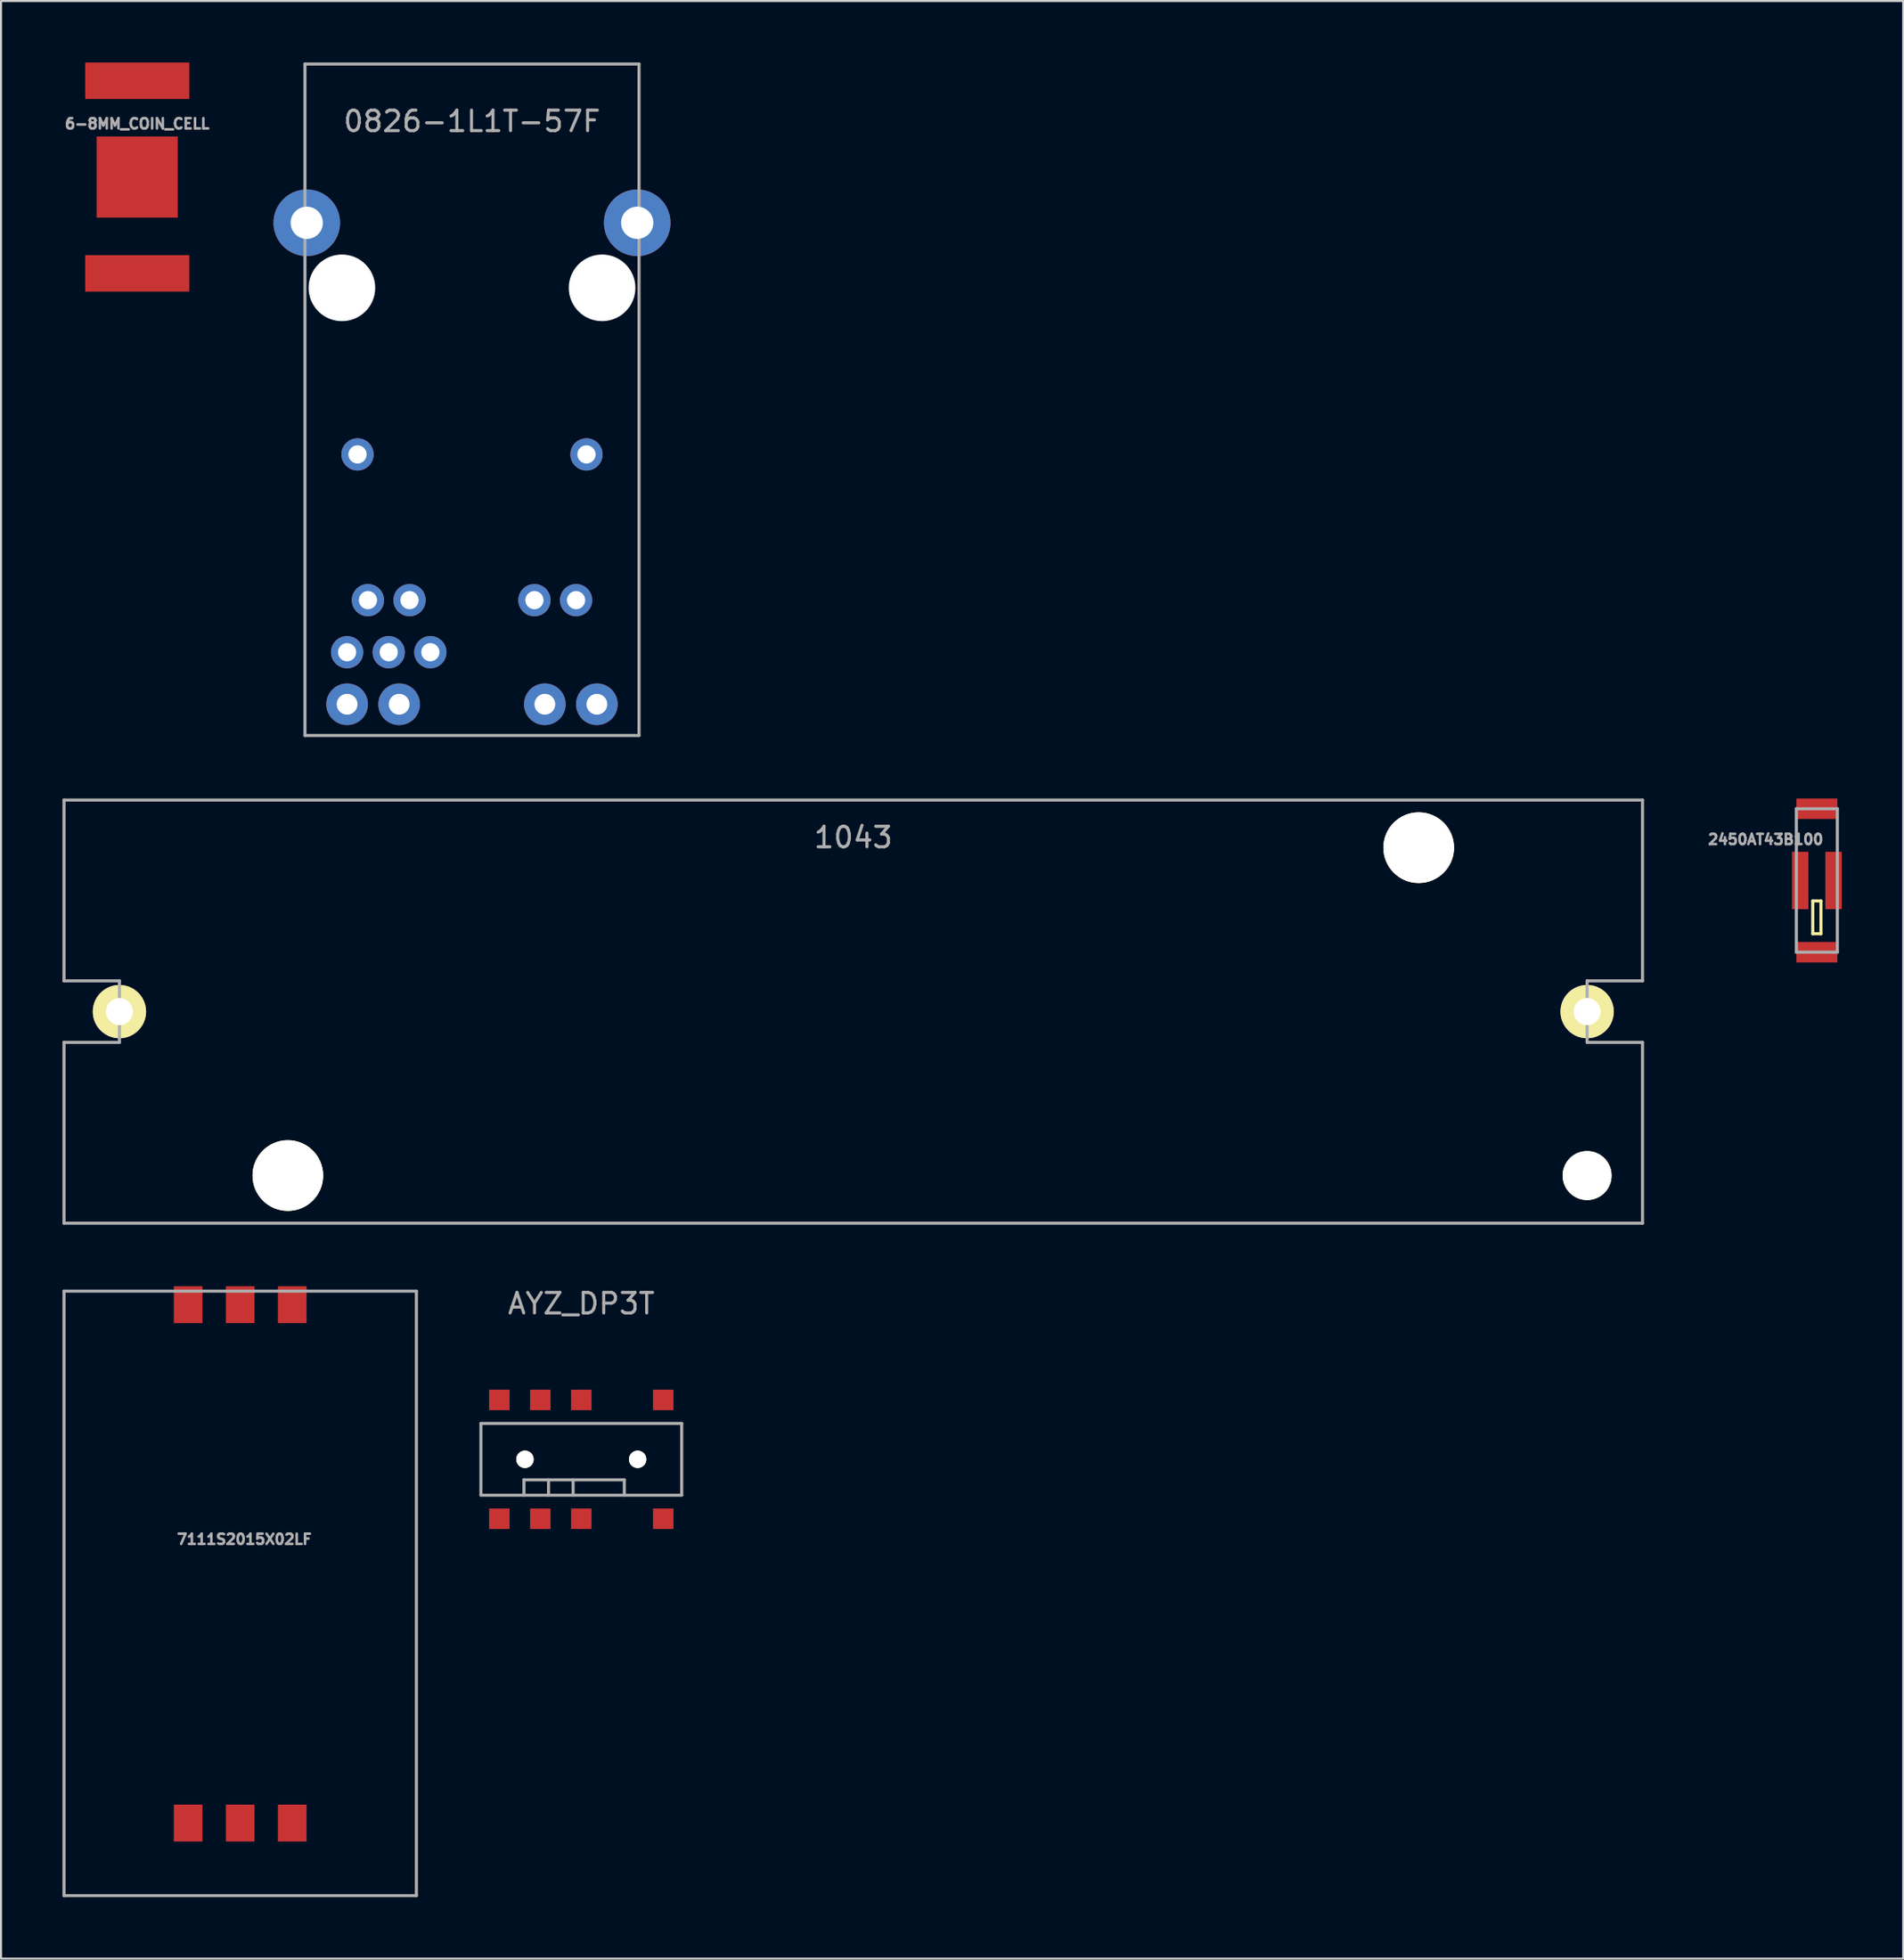
<source format=kicad_pcb>
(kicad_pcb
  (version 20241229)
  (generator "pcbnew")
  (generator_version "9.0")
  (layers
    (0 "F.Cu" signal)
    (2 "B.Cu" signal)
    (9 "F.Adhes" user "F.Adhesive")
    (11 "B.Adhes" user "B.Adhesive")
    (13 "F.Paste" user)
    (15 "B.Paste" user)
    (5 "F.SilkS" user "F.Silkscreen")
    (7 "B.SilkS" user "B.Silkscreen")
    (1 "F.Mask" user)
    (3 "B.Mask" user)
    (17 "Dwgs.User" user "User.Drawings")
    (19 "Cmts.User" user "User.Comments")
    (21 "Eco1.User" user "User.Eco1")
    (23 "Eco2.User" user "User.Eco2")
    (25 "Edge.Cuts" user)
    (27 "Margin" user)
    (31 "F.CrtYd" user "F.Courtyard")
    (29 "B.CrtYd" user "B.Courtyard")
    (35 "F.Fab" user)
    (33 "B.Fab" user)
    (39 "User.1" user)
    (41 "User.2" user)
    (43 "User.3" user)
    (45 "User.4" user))
  (footprint "6-8MM_COIN_CELL"
    (layer "F.Cu")
    (at 3.649 5.59)
    (property "Reference" "6-8MM_COIN_CELL" (at 0 -2.6 0) (layer "F.Fab") (effects (font (size 0.5 0.5) (thickness 0.125))))
    (attr through_hole)
    (pad "1" smd rect (at 0 -4.7) (size 5.08 1.78) (layers "F.Cu" "F.Mask"))
    (pad "1" smd rect (at 0 4.7) (size 5.08 1.78) (layers "F.Cu" "F.Mask"))
    (pad "2" smd rect (at 0 0) (size 3.96 3.96) (layers "F.Cu" "F.Mask")))
  (footprint "2450AT43B100"
    (layer "F.Cu")
    (at 85.635 39.916)
    (property "Reference" "2450AT43B100" (at -2.5 -2 0) (layer "F.Fab") (effects (font (size 0.5 0.5) (thickness 0.125))))
    (attr through_hole)
    (fp_line (start -0.2 1) (end -0.2 2.6) (stroke (width 0.15) (type solid)) (layer "F.SilkS"))
    (fp_line (start -0.2 2.6) (end 0.2 2.6) (stroke (width 0.15) (type solid)) (layer "F.SilkS"))
    (fp_line (start 0.2 1) (end -0.2 1) (stroke (width 0.15) (type solid)) (layer "F.SilkS"))
    (fp_line (start 0.2 2.6) (end 0.2 1) (stroke (width 0.15) (type solid)) (layer "F.SilkS"))
    (fp_line (start -1 -3.5) (end 1 -3.5) (stroke (width 0.15) (type solid)) (layer "F.Fab"))
    (fp_line (start -1 3.5) (end -1 -3.5) (stroke (width 0.15) (type solid)) (layer "F.Fab"))
    (fp_line (start -1 3.5) (end 1 3.5) (stroke (width 0.15) (type solid)) (layer "F.Fab"))
    (fp_line (start 1 -3.5) (end 1 3.5) (stroke (width 0.15) (type solid)) (layer "F.Fab"))
    (pad "1" smd rect (at 0 3.5) (size 2 1) (layers "F.Cu" "F.Mask" "F.Paste"))
    (pad "2" smd rect (at -0.815 0) (size 0.8 2.8) (layers "F.Cu" "F.Mask" "F.Paste"))
    (pad "3" smd rect (at 0.815 0) (size 0.8 2.8) (layers "F.Cu" "F.Mask" "F.Paste"))
    (pad "4" smd rect (at 0 -3.5) (size 2 1) (layers "F.Cu" "F.Mask" "F.Paste")))
  (footprint "7111S2015X02LF"
    (layer "F.Cu")
    (at 8.675 73.266)
    (property "Reference" "7111S2015X02LF" (at 0.2 -1.2 0) (layer "F.Fab") (effects (font (size 0.5 0.5) (thickness 0.125))))
    (attr through_hole)
    (fp_line (start -8.6 -13.31) (end 8.6 -13.31) (stroke (width 0.15) (type solid)) (layer "F.Fab"))
    (fp_line (start -8.6 16.19) (end -8.6 -13.31) (stroke (width 0.15) (type solid)) (layer "F.Fab"))
    (fp_line (start -8.6 16.19) (end 8.6 16.19) (stroke (width 0.15) (type solid)) (layer "F.Fab"))
    (fp_line (start 8.6 16.19) (end 8.6 -13.31) (stroke (width 0.15) (type solid)) (layer "F.Fab"))
    (pad "1" smd rect (at -2.54 -12.65) (size 1.4 1.8) (layers "F.Cu" "F.Mask" "F.Paste"))
    (pad "2" smd rect (at 0 -12.65) (size 1.4 1.8) (layers "F.Cu" "F.Mask" "F.Paste"))
    (pad "3" smd rect (at 2.54 -12.65) (size 1.4 1.8) (layers "F.Cu" "F.Mask" "F.Paste"))
    (pad "5" smd rect (at -2.54 12.65) (size 1.4 1.8) (layers "F.Cu" "F.Mask" "F.Paste"))
    (pad "6" smd rect (at 0 12.65) (size 1.4 1.8) (layers "F.Cu" "F.Mask" "F.Paste"))
    (pad "7" smd rect (at 2.54 12.65) (size 1.4 1.8) (layers "F.Cu" "F.Mask" "F.Paste")))
  (footprint "1043"
    (layer "F.Cu")
    (at 38.6 46.316)
    (property "Reference" "1043" (at 0 -8.5 0) (layer "F.Fab") (effects (font (size 1 1) (thickness 0.15))))
    (attr through_hole)
    (fp_line (start -38.525 -10.325) (end -38.525 -1.5) (stroke (width 0.15) (type solid)) (layer "F.Fab"))
    (fp_line (start -38.525 -1.5) (end -35.82 -1.5) (stroke (width 0.15) (type solid)) (layer "F.Fab"))
    (fp_line (start -38.525 1.5) (end -38.525 10.325) (stroke (width 0.15) (type solid)) (layer "F.Fab"))
    (fp_line (start -35.82 -1.5) (end -35.82 1.5) (stroke (width 0.15) (type solid)) (layer "F.Fab"))
    (fp_line (start -35.82 1.5) (end -38.525 1.5) (stroke (width 0.15) (type solid)) (layer "F.Fab"))
    (fp_line (start 35.82 -1.5) (end 35.82 1.5) (stroke (width 0.15) (type solid)) (layer "F.Fab"))
    (fp_line (start 35.82 1.5) (end 38.525 1.5) (stroke (width 0.15) (type solid)) (layer "F.Fab"))
    (fp_line (start 38.525 -10.325) (end -38.525 -10.325) (stroke (width 0.15) (type solid)) (layer "F.Fab"))
    (fp_line (start 38.525 -10.325) (end 38.525 -1.5) (stroke (width 0.15) (type solid)) (layer "F.Fab"))
    (fp_line (start 38.525 -1.5) (end 35.82 -1.5) (stroke (width 0.15) (type solid)) (layer "F.Fab"))
    (fp_line (start 38.525 1.5) (end 38.525 10.325) (stroke (width 0.15) (type solid)) (layer "F.Fab"))
    (fp_line (start 38.525 10.325) (end -38.525 10.325) (stroke (width 0.15) (type solid)) (layer "F.Fab"))
    (pad "" np_thru_hole circle (at -27.6 8) (size 3.45 3.45) (drill 3.45) (layers "*.Cu" "*.Mask" "F.SilkS"))
    (pad "" np_thru_hole circle (at 27.6 -8) (size 3.45 3.45) (drill 3.45) (layers "*.Cu" "*.Mask" "F.SilkS"))
    (pad "" np_thru_hole circle (at 35.82 8) (size 2.39 2.39) (drill 2.39) (layers "*.Cu" "*.Mask" "F.SilkS"))
    (pad "+" thru_hole circle (at 35.82 0) (size 2.6 2.6) (drill 1.32) (layers "*.Cu" "*.Mask" "F.SilkS"))
    (pad "-" thru_hole circle (at -35.82 0) (size 2.6 2.6) (drill 1.32) (layers "*.Cu" "*.Mask" "F.SilkS")))
  (footprint "0826-1L1T-57F"
    (layer "F.Cu")
    (at 19.989 10.997)
    (property "Reference" "0826-1L1T-57F" (at 0 -8.128 0) (layer "F.Fab") (effects (font (size 1 1) (thickness 0.15))))
    (attr through_hole)
    (fp_line (start -8.153 -10.922) (end -8.153 21.844) (stroke (width 0.15) (type solid)) (layer "F.Fab"))
    (fp_line (start -8.153 -10.922) (end 8.153 -10.922) (stroke (width 0.15) (type solid)) (layer "F.Fab"))
    (fp_line (start -8.153 21.844) (end 8.153 21.844) (stroke (width 0.15) (type solid)) (layer "F.Fab"))
    (fp_line (start 8.153 -10.922) (end 8.153 21.844) (stroke (width 0.15) (type solid)) (layer "F.Fab"))
    (pad "" np_thru_hole circle (at -6.35 0) (size 3.251 3.251) (drill 3.251) (layers "*.Cu" "*.Mask"))
    (pad "" np_thru_hole circle (at 6.35 0) (size 3.251 3.251) (drill 3.251) (layers "*.Cu" "*.Mask"))
    (pad "1" thru_hole circle (at -5.08 15.24) (size 1.575 1.575) (drill 0.889) (layers "*.Cu" "*.Mask"))
    (pad "2" thru_hole circle (at -3.048 15.24) (size 1.575 1.575) (drill 0.889) (layers "*.Cu" "*.Mask"))
    (pad "5" thru_hole circle (at 3.048 15.24) (size 1.575 1.575) (drill 0.889) (layers "*.Cu" "*.Mask"))
    (pad "6" thru_hole circle (at 5.08 15.24) (size 1.575 1.575) (drill 0.889) (layers "*.Cu" "*.Mask"))
    (pad "7" thru_hole circle (at -6.096 17.78) (size 1.575 1.575) (drill 0.889) (layers "*.Cu" "*.Mask"))
    (pad "8" thru_hole circle (at -4.064 17.78) (size 1.575 1.575) (drill 0.889) (layers "*.Cu" "*.Mask"))
    (pad "9" thru_hole circle (at -2.032 17.78) (size 1.575 1.575) (drill 0.889) (layers "*.Cu" "*.Mask"))
    (pad "10" thru_hole circle (at -5.588 8.128) (size 1.575 1.575) (drill 0.889) (layers "*.Cu" "*.Mask"))
    (pad "11" thru_hole circle (at 5.588 8.128) (size 1.575 1.575) (drill 0.889) (layers "*.Cu" "*.Mask"))
    (pad "12" thru_hole circle (at -6.096 20.32) (size 2.032 2.032) (drill 1.016) (layers "*.Cu" "*.Mask"))
    (pad "13" thru_hole circle (at -3.556 20.32) (size 2.032 2.032) (drill 1.016) (layers "*.Cu" "*.Mask"))
    (pad "14" thru_hole circle (at 3.556 20.32) (size 2.032 2.032) (drill 1.016) (layers "*.Cu" "*.Mask"))
    (pad "15" thru_hole circle (at 6.096 20.32) (size 2.032 2.032) (drill 1.016) (layers "*.Cu" "*.Mask"))
    (pad "SHEI" thru_hole circle (at -8.065 -3.175) (size 3.251 3.251) (drill 1.575) (layers "*.Cu" "*.Mask"))
    (pad "SHEI" thru_hole circle (at 8.065 -3.175) (size 3.251 3.251) (drill 1.575) (layers "*.Cu" "*.Mask")))
  (footprint "AYZ_DP3T"
    (layer "F.Cu")
    (at 25.325 68.164)
    (property "Reference" "AYZ_DP3T" (at 0 -7.6 0) (layer "F.Fab") (effects (font (size 1 1) (thickness 0.15))))
    (attr through_hole)
    (fp_line (start -4.9 -1.75) (end -4.9 1.75) (stroke (width 0.15) (type solid)) (layer "F.Fab"))
    (fp_line (start -4.9 -1.75) (end 4.9 -1.75) (stroke (width 0.15) (type solid)) (layer "F.Fab"))
    (fp_line (start -4.9 1.75) (end 4.9 1.75) (stroke (width 0.15) (type solid)) (layer "F.Fab"))
    (fp_line (start -2.8 1) (end 2.1 1) (stroke (width 0.15) (type solid)) (layer "F.Fab"))
    (fp_line (start -2.8 1.75) (end -2.8 1) (stroke (width 0.15) (type solid)) (layer "F.Fab"))
    (fp_line (start -1.6 1) (end -1.6 1.75) (stroke (width 0.15) (type solid)) (layer "F.Fab"))
    (fp_line (start -0.4 1) (end -0.4 1.75) (stroke (width 0.15) (type solid)) (layer "F.Fab"))
    (fp_line (start 2.1 1) (end 2.1 1.75) (stroke (width 0.15) (type solid)) (layer "F.Fab"))
    (fp_line (start 4.9 -1.75) (end 4.9 1.75) (stroke (width 0.15) (type solid)) (layer "F.Fab"))
    (pad "" np_thru_hole circle (at -2.75 0) (size 0.85 0.85) (drill 0.85) (layers "*.Cu" "*.Mask" "F.SilkS"))
    (pad "" np_thru_hole circle (at 2.75 0) (size 0.85 0.85) (drill 0.85) (layers "*.Cu" "*.Mask" "F.SilkS"))
    (pad "1" smd rect (at -4 -2.9) (size 1 1) (layers "F.Cu" "F.Mask" "F.Paste"))
    (pad "2" smd rect (at -2 -2.9) (size 1 1) (layers "F.Cu" "F.Mask" "F.Paste"))
    (pad "3" smd rect (at 0 -2.9) (size 1 1) (layers "F.Cu" "F.Mask" "F.Paste"))
    (pad "4" smd rect (at 4 -2.9) (size 1 1) (layers "F.Cu" "F.Mask" "F.Paste"))
    (pad "5" smd rect (at -4 2.9) (size 1 1) (layers "F.Cu" "F.Mask" "F.Paste"))
    (pad "6" smd rect (at -2 2.9) (size 1 1) (layers "F.Cu" "F.Mask" "F.Paste"))
    (pad "7" smd rect (at 0 2.9) (size 1 1) (layers "F.Cu" "F.Mask" "F.Paste"))
    (pad "8" smd rect (at 4 2.9) (size 1 1) (layers "F.Cu" "F.Mask" "F.Paste")))
  (gr_rect
    (start -3 -3)
    (end 89.85 92.531)
    (stroke (width 0.1) (type default))
    (fill no)
    (layer "Edge.Cuts")))
</source>
